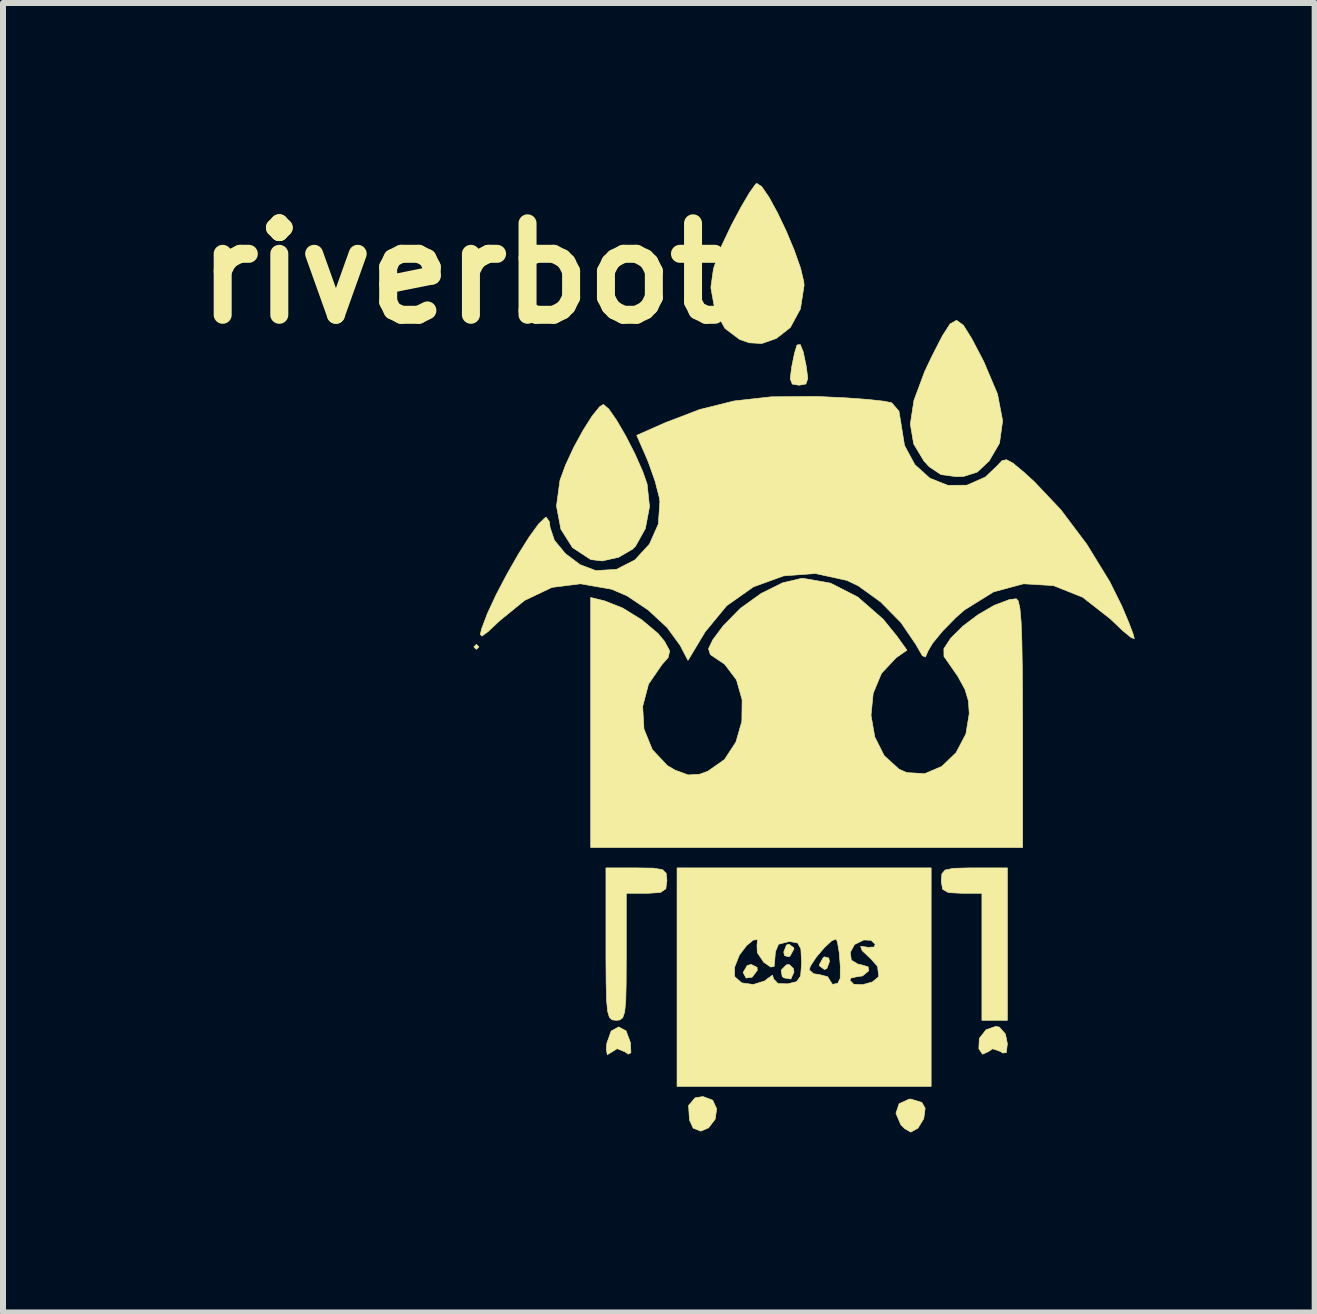
<source format=kicad_pcb>
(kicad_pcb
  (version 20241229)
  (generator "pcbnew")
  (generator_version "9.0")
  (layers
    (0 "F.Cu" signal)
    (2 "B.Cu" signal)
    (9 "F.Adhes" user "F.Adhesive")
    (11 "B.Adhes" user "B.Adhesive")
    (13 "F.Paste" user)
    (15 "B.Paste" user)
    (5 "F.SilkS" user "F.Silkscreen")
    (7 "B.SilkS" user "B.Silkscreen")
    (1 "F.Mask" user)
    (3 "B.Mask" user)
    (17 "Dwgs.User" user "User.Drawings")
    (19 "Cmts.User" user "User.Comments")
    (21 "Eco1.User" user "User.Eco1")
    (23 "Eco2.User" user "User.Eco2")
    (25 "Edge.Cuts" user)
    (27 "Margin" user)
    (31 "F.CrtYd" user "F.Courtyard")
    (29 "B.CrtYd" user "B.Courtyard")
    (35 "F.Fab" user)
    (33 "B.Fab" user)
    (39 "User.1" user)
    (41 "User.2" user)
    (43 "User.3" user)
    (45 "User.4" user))
  (footprint "riverbots"
    (layer "F.Cu")
    (at 10.349 7.856)
    (property "Reference" "riverbots" (at -5.08 -6.35 0) (layer "F.SilkS") (effects (font (size 1.524 1.524) (thickness 0.3))))
    (attr through_hole)
    (fp_poly (pts (xy -5.419 -0.127) (xy -5.461 -0.085) (xy -5.503 -0.127) (xy -5.461 -0.169) (xy -5.419 -0.127)) (stroke (width 0.01) (type solid)) (fill yes) (layer "F.SilkS"))
    (fp_poly (pts (xy -0.783 5.214) (xy -0.781 5.265) (xy -0.866 5.377) (xy -0.967 5.391) (xy -1.016 5.299) (xy -0.948 5.182) (xy -0.882 5.165) (xy -0.783 5.214)) (stroke (width 0.01) (type solid)) (fill yes) (layer "F.SilkS"))
    (fp_poly (pts (xy -0.178 5.233) (xy -0.169 5.292) (xy -0.221 5.408) (xy -0.338 5.388) (xy -0.365 5.365) (xy -0.382 5.259) (xy -0.296 5.173) (xy -0.249 5.165) (xy -0.178 5.233)) (stroke (width 0.01) (type solid)) (fill yes) (layer "F.SilkS"))
    (fp_poly (pts (xy -0.172 4.887) (xy -0.169 4.906) (xy -0.231 5.02) (xy -0.254 5.038) (xy -0.326 5.018) (xy -0.339 4.958) (xy -0.294 4.842) (xy -0.254 4.826) (xy -0.172 4.887)) (stroke (width 0.01) (type solid)) (fill yes) (layer "F.SilkS"))
    (fp_poly (pts (xy 0.411 5.057) (xy 0.423 5.117) (xy 0.379 5.233) (xy 0.339 5.249) (xy 0.256 5.189) (xy 0.254 5.17) (xy 0.316 5.055) (xy 0.339 5.038) (xy 0.411 5.057)) (stroke (width 0.01) (type solid)) (fill yes) (layer "F.SilkS"))
    (fp_poly (pts (xy -1.524 7.426) (xy -1.457 7.57) (xy -1.481 7.742) (xy -1.591 7.887) (xy -1.721 7.943) (xy -1.848 7.893) (xy -1.91 7.757) (xy -1.925 7.515) (xy -1.817 7.388) (xy -1.686 7.366) (xy -1.524 7.426)) (stroke (width 0.01) (type solid)) (fill yes) (layer "F.SilkS"))
    (fp_poly (pts (xy 1.962 7.464) (xy 2.017 7.561) (xy 1.994 7.734) (xy 1.897 7.893) (xy 1.778 7.959) (xy 1.676 7.901) (xy 1.612 7.836) (xy 1.53 7.645) (xy 1.583 7.486) (xy 1.751 7.409) (xy 1.778 7.408) (xy 1.962 7.464)) (stroke (width 0.01) (type solid)) (fill yes) (layer "F.SilkS"))
    (fp_poly (pts (xy -2.967 6.271) (xy -2.893 6.47) (xy -2.893 6.472) (xy -2.886 6.636) (xy -2.93 6.66) (xy -2.984 6.622) (xy -3.115 6.568) (xy -3.209 6.627) (xy -3.279 6.668) (xy -3.296 6.578) (xy -3.287 6.477) (xy -3.215 6.275) (xy -3.091 6.206) (xy -2.967 6.271)) (stroke (width 0.01) (type solid)) (fill yes) (layer "F.SilkS"))
    (fp_poly (pts (xy 3.253 6.209) (xy 3.355 6.325) (xy 3.387 6.485) (xy 3.37 6.635) (xy 3.307 6.64) (xy 3.275 6.616) (xy 3.142 6.57) (xy 3.066 6.62) (xy 2.973 6.661) (xy 2.912 6.569) (xy 2.92 6.397) (xy 3.032 6.253) (xy 3.194 6.197) (xy 3.253 6.209)) (stroke (width 0.01) (type solid)) (fill yes) (layer "F.SilkS"))
    (fp_poly (pts (xy -0.015 -5.044) (xy 0.035 -4.805) (xy 0.062 -4.598) (xy 0.029 -4.507) (xy -0.081 -4.487) (xy -0.085 -4.487) (xy -0.197 -4.506) (xy -0.231 -4.594) (xy -0.206 -4.798) (xy -0.204 -4.805) (xy -0.16 -5.019) (xy -0.122 -5.147) (xy -0.116 -5.158) (xy -0.064 -5.165) (xy -0.015 -5.044)) (stroke (width 0.01) (type solid)) (fill yes) (layer "F.SilkS"))
    (fp_poly (pts (xy 3.387 6.096) (xy 2.963 6.096) (xy 2.963 3.979) (xy 2.625 3.979) (xy 2.406 3.968) (xy 2.309 3.913) (xy 2.286 3.786) (xy 2.286 3.768) (xy 2.296 3.654) (xy 2.35 3.591) (xy 2.488 3.563) (xy 2.746 3.556) (xy 2.836 3.556) (xy 3.387 3.556) (xy 3.387 6.096)) (stroke (width 0.01) (type solid)) (fill yes) (layer "F.SilkS"))
    (fp_poly (pts (xy 2.653 -5.488) (xy 2.794 -5.263) (xy 2.988 -4.891) (xy 2.999 -4.868) (xy 3.223 -4.34) (xy 3.308 -3.896) (xy 3.256 -3.521) (xy 3.083 -3.224) (xy 2.885 -3.039) (xy 2.664 -2.969) (xy 2.54 -2.963) (xy 2.282 -2.997) (xy 2.085 -3.128) (xy 1.997 -3.224) (xy 1.826 -3.509) (xy 1.77 -3.839) (xy 1.83 -4.233) (xy 2.009 -4.715) (xy 2.132 -4.974) (xy 2.304 -5.309) (xy 2.432 -5.508) (xy 2.54 -5.569) (xy 2.653 -5.488)) (stroke (width 0.01) (type solid)) (fill yes) (layer "F.SilkS"))
    (fp_poly (pts (xy -3.255 -4.091) (xy -3.123 -3.901) (xy -2.97 -3.638) (xy -2.819 -3.342) (xy -2.691 -3.054) (xy -2.616 -2.84) (xy -2.576 -2.463) (xy -2.645 -2.098) (xy -2.808 -1.806) (xy -2.857 -1.756) (xy -3.091 -1.62) (xy -3.365 -1.559) (xy -3.556 -1.582) (xy -3.859 -1.781) (xy -4.053 -2.088) (xy -4.126 -2.474) (xy -4.068 -2.903) (xy -3.975 -3.157) (xy -3.84 -3.448) (xy -3.684 -3.734) (xy -3.532 -3.974) (xy -3.406 -4.13) (xy -3.344 -4.167) (xy -3.255 -4.091)) (stroke (width 0.01) (type solid)) (fill yes) (layer "F.SilkS"))
    (fp_poly (pts (xy -0.706 -7.796) (xy -0.585 -7.62) (xy -0.442 -7.358) (xy -0.295 -7.049) (xy -0.162 -6.73) (xy -0.059 -6.438) (xy -0.005 -6.211) (xy 0 -6.152) (xy -0.061 -5.76) (xy -0.229 -5.449) (xy -0.463 -5.266) (xy -0.705 -5.182) (xy -0.914 -5.194) (xy -1.075 -5.25) (xy -1.318 -5.433) (xy -1.485 -5.733) (xy -1.552 -6.103) (xy -1.552 -6.129) (xy -1.51 -6.431) (xy -1.375 -6.81) (xy -1.211 -7.155) (xy -1.05 -7.457) (xy -0.91 -7.695) (xy -0.812 -7.832) (xy -0.789 -7.851) (xy -0.706 -7.796)) (stroke (width 0.01) (type solid)) (fill yes) (layer "F.SilkS"))
    (fp_poly (pts (xy -2.512 3.56) (xy -2.36 3.585) (xy -2.298 3.646) (xy -2.286 3.76) (xy -2.286 3.768) (xy -2.304 3.904) (xy -2.392 3.965) (xy -2.595 3.979) (xy -2.625 3.979) (xy -2.963 3.979) (xy -2.963 5.038) (xy -2.965 5.477) (xy -2.972 5.774) (xy -2.99 5.957) (xy -3.023 6.054) (xy -3.075 6.091) (xy -3.133 6.096) (xy -3.198 6.088) (xy -3.244 6.046) (xy -3.274 5.946) (xy -3.291 5.762) (xy -3.299 5.469) (xy -3.302 5.042) (xy -3.302 4.826) (xy -3.302 3.556) (xy -2.794 3.556) (xy -2.512 3.56)) (stroke (width 0.01) (type solid)) (fill yes) (layer "F.SilkS"))
    (fp_poly (pts (xy 0.441 -1.189) (xy 0.895 -0.957) (xy 1.317 -0.588) (xy 1.542 -0.311) (xy 1.714 -0.072) (xy 1.534 0.054) (xy 1.29 0.313) (xy 1.151 0.647) (xy 1.115 1.014) (xy 1.178 1.375) (xy 1.335 1.687) (xy 1.582 1.911) (xy 1.712 1.968) (xy 2.01 1.986) (xy 2.294 1.865) (xy 2.533 1.635) (xy 2.696 1.324) (xy 2.752 0.985) (xy 2.738 0.773) (xy 2.681 0.582) (xy 2.561 0.363) (xy 2.356 0.068) (xy 2.331 0.034) (xy 2.329 -0.097) (xy 2.446 -0.275) (xy 2.647 -0.473) (xy 2.899 -0.663) (xy 3.167 -0.819) (xy 3.419 -0.914) (xy 3.535 -0.929) (xy 3.569 -0.892) (xy 3.596 -0.769) (xy 3.616 -0.545) (xy 3.629 -0.203) (xy 3.637 0.272) (xy 3.64 0.895) (xy 3.641 1.143) (xy 3.641 3.217) (xy -3.556 3.217) (xy -3.556 -0.95) (xy -3.323 -0.893) (xy -3.023 -0.774) (xy -2.704 -0.577) (xy -2.434 -0.35) (xy -2.325 -0.218) (xy -2.24 -0.06) (xy -2.266 0.053) (xy -2.368 0.167) (xy -2.592 0.493) (xy -2.69 0.865) (xy -2.668 1.243) (xy -2.529 1.585) (xy -2.279 1.851) (xy -2.152 1.926) (xy -1.931 2.007) (xy -1.744 1.996) (xy -1.605 1.946) (xy -1.327 1.751) (xy -1.136 1.459) (xy -1.037 1.113) (xy -1.033 0.753) (xy -1.127 0.423) (xy -1.323 0.163) (xy -1.44 0.084) (xy -1.563 0.001) (xy -1.593 -0.096) (xy -1.522 -0.244) (xy -1.35 -0.475) (xy -1.064 -0.767) (xy -0.716 -1.017) (xy -0.357 -1.195) (xy -0.041 -1.269) (xy -0.018 -1.269) (xy 0.441 -1.189)) (stroke (width 0.01) (type solid)) (fill yes) (layer "F.SilkS"))
    (fp_poly (pts (xy 2.117 7.197) (xy -2.117 7.197) (xy -2.117 5.366) (xy -1.159 5.366) (xy -1.04 5.472) (xy -0.847 5.499) (xy -0.657 5.44) (xy -0.61 5.402) (xy -0.526 5.344) (xy -0.508 5.407) (xy -0.435 5.483) (xy -0.275 5.488) (xy -0.125 5.452) (xy -0.058 5.358) (xy -0.05 5.254) (xy 0.085 5.254) (xy 0.156 5.319) (xy 0.254 5.334) (xy 0.392 5.369) (xy 0.423 5.419) (xy 0.473 5.498) (xy 0.562 5.478) (xy 0.586 5.428) (xy 0.762 5.428) (xy 0.827 5.495) (xy 0.976 5.502) (xy 1.137 5.457) (xy 1.241 5.371) (xy 1.244 5.363) (xy 1.224 5.197) (xy 1.115 5.074) (xy 0.967 4.934) (xy 0.942 4.862) (xy 1.047 4.876) (xy 1.058 4.88) (xy 1.167 4.874) (xy 1.185 4.829) (xy 1.115 4.762) (xy 0.995 4.757) (xy 0.841 4.832) (xy 0.769 4.964) (xy 0.787 5.094) (xy 0.905 5.163) (xy 0.932 5.165) (xy 1.066 5.204) (xy 1.077 5.271) (xy 0.973 5.357) (xy 0.901 5.365) (xy 0.781 5.392) (xy 0.762 5.428) (xy 0.586 5.428) (xy 0.602 5.397) (xy 0.603 5.196) (xy 0.586 4.97) (xy 0.556 4.794) (xy 0.535 4.741) (xy 0.462 4.769) (xy 0.336 4.886) (xy 0.203 5.043) (xy 0.107 5.188) (xy 0.085 5.254) (xy -0.05 5.254) (xy -0.042 5.153) (xy -0.042 5.122) (xy -0.054 4.904) (xy -0.108 4.807) (xy -0.236 4.784) (xy -0.254 4.784) (xy -0.426 4.828) (xy -0.478 4.953) (xy -0.492 5.131) (xy -0.499 5.199) (xy -0.557 5.208) (xy -0.672 5.128) (xy -0.78 4.968) (xy -0.785 4.849) (xy -0.776 4.751) (xy -0.846 4.758) (xy -0.959 4.851) (xy -1.078 5.008) (xy -1.158 5.209) (xy -1.159 5.366) (xy -2.117 5.366) (xy -2.117 3.556) (xy 2.117 3.556) (xy 2.117 7.197)) (stroke (width 0.01) (type solid)) (fill yes) (layer "F.SilkS"))
    (fp_poly (pts (xy 0.296 -4.296) (xy 0.706 -4.276) (xy 1.064 -4.25) (xy 1.329 -4.221) (xy 1.46 -4.194) (xy 1.58 -4.056) (xy 1.609 -3.883) (xy 1.673 -3.483) (xy 1.845 -3.164) (xy 2.095 -2.938) (xy 2.395 -2.819) (xy 2.713 -2.821) (xy 3.021 -2.957) (xy 3.223 -3.15) (xy 3.297 -3.229) (xy 3.372 -3.246) (xy 3.483 -3.187) (xy 3.662 -3.037) (xy 3.835 -2.88) (xy 4.28 -2.409) (xy 4.713 -1.833) (xy 5.092 -1.215) (xy 5.293 -0.81) (xy 5.404 -0.548) (xy 5.48 -0.348) (xy 5.503 -0.264) (xy 5.45 -0.282) (xy 5.308 -0.398) (xy 5.11 -0.587) (xy 5.101 -0.595) (xy 4.642 -0.954) (xy 4.155 -1.148) (xy 3.656 -1.178) (xy 3.157 -1.043) (xy 2.673 -0.743) (xy 2.532 -0.619) (xy 2.311 -0.394) (xy 2.141 -0.188) (xy 2.066 -0.06) (xy 2.023 0.041) (xy 1.971 0.021) (xy 1.88 -0.136) (xy 1.868 -0.159) (xy 1.615 -0.531) (xy 1.275 -0.876) (xy 0.905 -1.143) (xy 0.715 -1.234) (xy 0.189 -1.349) (xy -0.341 -1.31) (xy -0.844 -1.127) (xy -1.291 -0.812) (xy -1.65 -0.376) (xy -1.666 -0.349) (xy -1.935 0.099) (xy -2.066 -0.153) (xy -2.282 -0.449) (xy -2.598 -0.741) (xy -2.95 -0.977) (xy -3.205 -1.087) (xy -3.725 -1.178) (xy -4.202 -1.118) (xy -4.658 -0.901) (xy -5.068 -0.567) (xy -5.267 -0.381) (xy -5.369 -0.306) (xy -5.395 -0.333) (xy -5.375 -0.423) (xy -5.279 -0.679) (xy -5.132 -0.995) (xy -4.953 -1.336) (xy -4.762 -1.67) (xy -4.579 -1.961) (xy -4.423 -2.176) (xy -4.314 -2.281) (xy -4.297 -2.286) (xy -4.245 -2.215) (xy -4.233 -2.118) (xy -4.161 -1.903) (xy -3.977 -1.68) (xy -3.731 -1.496) (xy -3.471 -1.398) (xy -3.126 -1.419) (xy -2.819 -1.576) (xy -2.577 -1.839) (xy -2.429 -2.173) (xy -2.403 -2.548) (xy -2.413 -2.617) (xy -2.484 -2.891) (xy -2.594 -3.202) (xy -2.629 -3.286) (xy -2.789 -3.652) (xy -2.315 -3.862) (xy -1.737 -4.083) (xy -1.165 -4.225) (xy -0.546 -4.294) (xy 0.173 -4.3) (xy 0.296 -4.296)) (stroke (width 0.01) (type solid)) (fill yes) (layer "F.SilkS")))
  (gr_rect
    (start -3 -3)
    (end 18.857 18.82)
    (stroke (width 0.1) (type default))
    (fill no)
    (layer "Edge.Cuts")))
</source>
